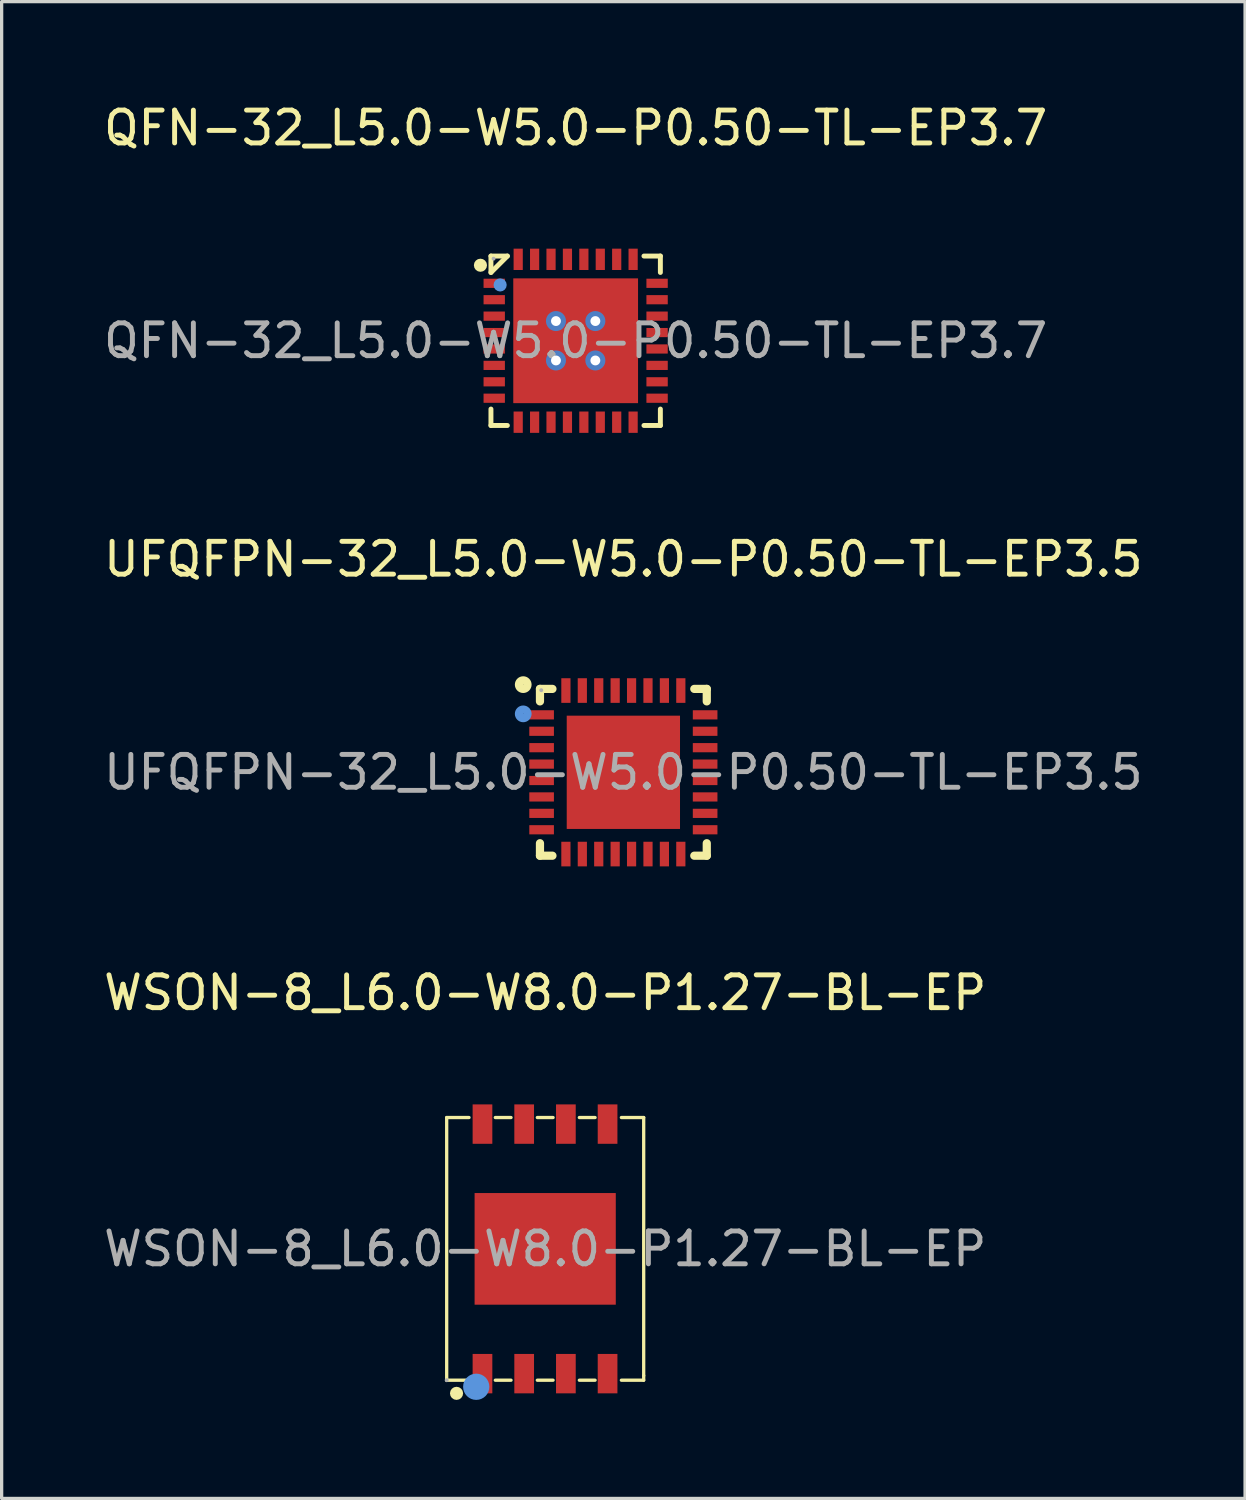
<source format=kicad_pcb>
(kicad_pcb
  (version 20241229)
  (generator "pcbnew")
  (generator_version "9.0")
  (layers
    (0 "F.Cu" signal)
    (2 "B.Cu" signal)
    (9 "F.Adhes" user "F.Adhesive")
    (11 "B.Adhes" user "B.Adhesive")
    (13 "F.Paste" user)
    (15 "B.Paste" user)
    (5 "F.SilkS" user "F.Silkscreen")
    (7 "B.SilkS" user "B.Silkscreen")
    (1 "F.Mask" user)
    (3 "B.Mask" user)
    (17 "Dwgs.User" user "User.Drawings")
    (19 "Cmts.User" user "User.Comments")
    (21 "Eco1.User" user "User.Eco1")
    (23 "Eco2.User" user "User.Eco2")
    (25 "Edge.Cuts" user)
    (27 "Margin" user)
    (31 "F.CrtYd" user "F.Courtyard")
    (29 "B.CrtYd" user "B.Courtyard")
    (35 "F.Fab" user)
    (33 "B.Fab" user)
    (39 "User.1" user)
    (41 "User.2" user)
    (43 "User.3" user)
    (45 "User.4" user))
  (footprint "UFQFPN-32_L5.0-W5.0-P0.50-TL-EP3.5"
    (layer "F.Cu")
    (at 15.935 20.471)
    (property "Reference" "UFQFPN-32_L5.0-W5.0-P0.50-TL-EP3.5" (at 0 -6.49 0) (layer "F.SilkS") (effects (font (size 1 1) (thickness 0.15))))
    (attr smd)
    (fp_line (start -2.54 -2.54) (end -2.16 -2.54) (stroke (width 0.25) (type solid)) (layer "F.SilkS"))
    (fp_line (start -2.54 -2.16) (end -2.54 -2.54) (stroke (width 0.25) (type solid)) (layer "F.SilkS"))
    (fp_line (start -2.54 2.54) (end -2.54 2.16) (stroke (width 0.25) (type solid)) (layer "F.SilkS"))
    (fp_line (start -2.16 2.54) (end -2.54 2.54) (stroke (width 0.25) (type solid)) (layer "F.SilkS"))
    (fp_line (start 2.16 -2.54) (end 2.54 -2.54) (stroke (width 0.25) (type solid)) (layer "F.SilkS"))
    (fp_line (start 2.54 -2.54) (end 2.54 -2.16) (stroke (width 0.25) (type solid)) (layer "F.SilkS"))
    (fp_line (start 2.54 2.16) (end 2.54 2.54) (stroke (width 0.25) (type solid)) (layer "F.SilkS"))
    (fp_line (start 2.54 2.54) (end 2.16 2.54) (stroke (width 0.25) (type solid)) (layer "F.SilkS"))
    (fp_circle (center -3.05 -2.67) (end -2.92 -2.67) (stroke (width 0.25) (type solid)) (fill no) (layer "F.SilkS"))
    (fp_circle (center -3.05 -1.78) (end -2.92 -1.78) (stroke (width 0.25) (type solid)) (fill no) (layer "Cmts.User"))
    (fp_circle (center -2.5 -2.5) (end -2.47 -2.5) (stroke (width 0.06) (type solid)) (fill no) (layer "F.Fab"))
    (fp_text user "${REFERENCE}" (at 0 0 0) (layer "F.Fab") (effects (font (size 1 1) (thickness 0.15))))
    (pad "1" smd rect (at -2.49 -1.75) (size 0.75 0.28) (layers "F.Cu" "F.Mask" "F.Paste"))
    (pad "2" smd rect (at -2.49 -1.25) (size 0.75 0.28) (layers "F.Cu" "F.Mask" "F.Paste"))
    (pad "3" smd rect (at -2.49 -0.75) (size 0.75 0.28) (layers "F.Cu" "F.Mask" "F.Paste"))
    (pad "4" smd rect (at -2.49 -0.25) (size 0.75 0.28) (layers "F.Cu" "F.Mask" "F.Paste"))
    (pad "5" smd rect (at -2.49 0.25) (size 0.75 0.28) (layers "F.Cu" "F.Mask" "F.Paste"))
    (pad "6" smd rect (at -2.49 0.75) (size 0.75 0.28) (layers "F.Cu" "F.Mask" "F.Paste"))
    (pad "7" smd rect (at -2.49 1.25) (size 0.75 0.28) (layers "F.Cu" "F.Mask" "F.Paste"))
    (pad "8" smd rect (at -2.49 1.75) (size 0.75 0.28) (layers "F.Cu" "F.Mask" "F.Paste"))
    (pad "9" smd rect (at -1.75 2.49) (size 0.28 0.75) (layers "F.Cu" "F.Mask" "F.Paste"))
    (pad "10" smd rect (at -1.25 2.49) (size 0.28 0.75) (layers "F.Cu" "F.Mask" "F.Paste"))
    (pad "11" smd rect (at -0.75 2.49) (size 0.28 0.75) (layers "F.Cu" "F.Mask" "F.Paste"))
    (pad "12" smd rect (at -0.25 2.49) (size 0.28 0.75) (layers "F.Cu" "F.Mask" "F.Paste"))
    (pad "13" smd rect (at 0.25 2.49) (size 0.28 0.75) (layers "F.Cu" "F.Mask" "F.Paste"))
    (pad "14" smd rect (at 0.75 2.49) (size 0.28 0.75) (layers "F.Cu" "F.Mask" "F.Paste"))
    (pad "15" smd rect (at 1.25 2.49) (size 0.28 0.75) (layers "F.Cu" "F.Mask" "F.Paste"))
    (pad "16" smd rect (at 1.75 2.49) (size 0.28 0.75) (layers "F.Cu" "F.Mask" "F.Paste"))
    (pad "17" smd rect (at 2.49 1.75) (size 0.75 0.28) (layers "F.Cu" "F.Mask" "F.Paste"))
    (pad "18" smd rect (at 2.49 1.25) (size 0.75 0.28) (layers "F.Cu" "F.Mask" "F.Paste"))
    (pad "19" smd rect (at 2.49 0.75) (size 0.75 0.28) (layers "F.Cu" "F.Mask" "F.Paste"))
    (pad "20" smd rect (at 2.49 0.25) (size 0.75 0.28) (layers "F.Cu" "F.Mask" "F.Paste"))
    (pad "21" smd rect (at 2.49 -0.25) (size 0.75 0.28) (layers "F.Cu" "F.Mask" "F.Paste"))
    (pad "22" smd rect (at 2.49 -0.75) (size 0.75 0.28) (layers "F.Cu" "F.Mask" "F.Paste"))
    (pad "23" smd rect (at 2.49 -1.25) (size 0.75 0.28) (layers "F.Cu" "F.Mask" "F.Paste"))
    (pad "24" smd rect (at 2.49 -1.75) (size 0.75 0.28) (layers "F.Cu" "F.Mask" "F.Paste"))
    (pad "25" smd rect (at 1.75 -2.49) (size 0.28 0.75) (layers "F.Cu" "F.Mask" "F.Paste"))
    (pad "26" smd rect (at 1.25 -2.49) (size 0.28 0.75) (layers "F.Cu" "F.Mask" "F.Paste"))
    (pad "27" smd rect (at 0.75 -2.49) (size 0.28 0.75) (layers "F.Cu" "F.Mask" "F.Paste"))
    (pad "28" smd rect (at 0.25 -2.49) (size 0.28 0.75) (layers "F.Cu" "F.Mask" "F.Paste"))
    (pad "29" smd rect (at -0.25 -2.49) (size 0.28 0.75) (layers "F.Cu" "F.Mask" "F.Paste"))
    (pad "30" smd rect (at -0.75 -2.49) (size 0.28 0.75) (layers "F.Cu" "F.Mask" "F.Paste"))
    (pad "31" smd rect (at -1.25 -2.49) (size 0.28 0.75) (layers "F.Cu" "F.Mask" "F.Paste"))
    (pad "32" smd rect (at -1.75 -2.49) (size 0.28 0.75) (layers "F.Cu" "F.Mask" "F.Paste"))
    (pad "33" smd rect (at 0 0) (size 3.45 3.45) (layers "F.Cu" "F.Mask" "F.Paste")))
  (footprint "QFN-32_L5.0-W5.0-P0.50-TL-EP3.7"
    (layer "F.Cu")
    (at 14.482 7.328)
    (property "Reference" "QFN-32_L5.0-W5.0-P0.50-TL-EP3.7" (at 0 -6.48 0) (layer "F.SilkS") (effects (font (size 1 1) (thickness 0.15))))
    (attr smd)
    (fp_line (start -2.58 -2.58) (end -2.58 -2.08) (stroke (width 0.15) (type solid)) (layer "F.SilkS"))
    (fp_line (start -2.58 2.58) (end -2.58 2.08) (stroke (width 0.15) (type solid)) (layer "F.SilkS"))
    (fp_line (start -2.08 -2.58) (end -2.58 -2.58) (stroke (width 0.15) (type solid)) (layer "F.SilkS"))
    (fp_line (start -2.08 -2.58) (end -2.58 -2.08) (stroke (width 0.15) (type solid)) (layer "F.SilkS"))
    (fp_line (start -2.08 2.58) (end -2.58 2.58) (stroke (width 0.15) (type solid)) (layer "F.SilkS"))
    (fp_line (start 2.08 -2.58) (end 2.58 -2.58) (stroke (width 0.15) (type solid)) (layer "F.SilkS"))
    (fp_line (start 2.08 2.58) (end 2.58 2.58) (stroke (width 0.15) (type solid)) (layer "F.SilkS"))
    (fp_line (start 2.58 -2.58) (end 2.58 -2.08) (stroke (width 0.15) (type solid)) (layer "F.SilkS"))
    (fp_line (start 2.58 2.58) (end 2.58 2.08) (stroke (width 0.15) (type solid)) (layer "F.SilkS"))
    (fp_circle (center -2.9 -2.3) (end -2.8 -2.3) (stroke (width 0.2) (type solid)) (fill no) (layer "F.SilkS"))
    (fp_circle (center -2.3 -1.7) (end -2.2 -1.7) (stroke (width 0.2) (type solid)) (fill no) (layer "Cmts.User"))
    (fp_circle (center -2.5 -2.5) (end -2.47 -2.5) (stroke (width 0.06) (type solid)) (fill no) (layer "F.Fab"))
    (fp_text user "${REFERENCE}" (at 0 0 0) (layer "F.Fab") (effects (font (size 1 1) (thickness 0.15))))
    (pad "" thru_hole circle (at -0.6 -0.6) (size 0.61 0.61) (drill 0.3) (layers "*.Cu" "*.Paste" "*.Mask"))
    (pad "" thru_hole circle (at -0.6 0.6) (size 0.61 0.61) (drill 0.3) (layers "*.Cu" "*.Paste" "*.Mask"))
    (pad "" thru_hole circle (at 0.6 -0.6) (size 0.61 0.61) (drill 0.3) (layers "*.Cu" "*.Paste" "*.Mask"))
    (pad "" thru_hole circle (at 0.6 0.6) (size 0.61 0.61) (drill 0.3) (layers "*.Cu" "*.Paste" "*.Mask"))
    (pad "1" smd rect (at -2.48 -1.75) (size 0.65 0.28) (layers "F.Cu" "F.Mask" "F.Paste"))
    (pad "2" smd rect (at -2.48 -1.25) (size 0.65 0.28) (layers "F.Cu" "F.Mask" "F.Paste"))
    (pad "3" smd rect (at -2.48 -0.75) (size 0.65 0.28) (layers "F.Cu" "F.Mask" "F.Paste"))
    (pad "4" smd rect (at -2.48 -0.25) (size 0.65 0.28) (layers "F.Cu" "F.Mask" "F.Paste"))
    (pad "5" smd rect (at -2.48 0.25) (size 0.65 0.28) (layers "F.Cu" "F.Mask" "F.Paste"))
    (pad "6" smd rect (at -2.48 0.75) (size 0.65 0.28) (layers "F.Cu" "F.Mask" "F.Paste"))
    (pad "7" smd rect (at -2.48 1.25) (size 0.65 0.28) (layers "F.Cu" "F.Mask" "F.Paste"))
    (pad "8" smd rect (at -2.48 1.75) (size 0.65 0.28) (layers "F.Cu" "F.Mask" "F.Paste"))
    (pad "9" smd rect (at -1.75 2.48) (size 0.28 0.65) (layers "F.Cu" "F.Mask" "F.Paste"))
    (pad "10" smd rect (at -1.25 2.48) (size 0.28 0.65) (layers "F.Cu" "F.Mask" "F.Paste"))
    (pad "11" smd rect (at -0.75 2.48) (size 0.28 0.65) (layers "F.Cu" "F.Mask" "F.Paste"))
    (pad "12" smd rect (at -0.25 2.48) (size 0.28 0.65) (layers "F.Cu" "F.Mask" "F.Paste"))
    (pad "13" smd rect (at 0.25 2.48) (size 0.28 0.65) (layers "F.Cu" "F.Mask" "F.Paste"))
    (pad "14" smd rect (at 0.75 2.48) (size 0.28 0.65) (layers "F.Cu" "F.Mask" "F.Paste"))
    (pad "15" smd rect (at 1.25 2.48) (size 0.28 0.65) (layers "F.Cu" "F.Mask" "F.Paste"))
    (pad "16" smd rect (at 1.75 2.48) (size 0.28 0.65) (layers "F.Cu" "F.Mask" "F.Paste"))
    (pad "17" smd rect (at 2.48 1.75) (size 0.65 0.28) (layers "F.Cu" "F.Mask" "F.Paste"))
    (pad "18" smd rect (at 2.48 1.25) (size 0.65 0.28) (layers "F.Cu" "F.Mask" "F.Paste"))
    (pad "19" smd rect (at 2.48 0.75) (size 0.65 0.28) (layers "F.Cu" "F.Mask" "F.Paste"))
    (pad "20" smd rect (at 2.48 0.25) (size 0.65 0.28) (layers "F.Cu" "F.Mask" "F.Paste"))
    (pad "21" smd rect (at 2.48 -0.25) (size 0.65 0.28) (layers "F.Cu" "F.Mask" "F.Paste"))
    (pad "22" smd rect (at 2.48 -0.75) (size 0.65 0.28) (layers "F.Cu" "F.Mask" "F.Paste"))
    (pad "23" smd rect (at 2.48 -1.25) (size 0.65 0.28) (layers "F.Cu" "F.Mask" "F.Paste"))
    (pad "24" smd rect (at 2.48 -1.75) (size 0.65 0.28) (layers "F.Cu" "F.Mask" "F.Paste"))
    (pad "25" smd rect (at 1.75 -2.48) (size 0.28 0.65) (layers "F.Cu" "F.Mask" "F.Paste"))
    (pad "26" smd rect (at 1.25 -2.48) (size 0.28 0.65) (layers "F.Cu" "F.Mask" "F.Paste"))
    (pad "27" smd rect (at 0.75 -2.48) (size 0.28 0.65) (layers "F.Cu" "F.Mask" "F.Paste"))
    (pad "28" smd rect (at 0.25 -2.48) (size 0.28 0.65) (layers "F.Cu" "F.Mask" "F.Paste"))
    (pad "29" smd rect (at -0.25 -2.48) (size 0.28 0.65) (layers "F.Cu" "F.Mask" "F.Paste"))
    (pad "30" smd rect (at -0.75 -2.48) (size 0.28 0.65) (layers "F.Cu" "F.Mask" "F.Paste"))
    (pad "31" smd rect (at -1.25 -2.48) (size 0.28 0.65) (layers "F.Cu" "F.Mask" "F.Paste"))
    (pad "32" smd rect (at -1.75 -2.48) (size 0.28 0.65) (layers "F.Cu" "F.Mask" "F.Paste"))
    (pad "33" smd rect (at 0 0) (size 3.8 3.8) (layers "F.Cu" "F.Mask" "F.Paste")))
  (footprint "WSON-8_L6.0-W8.0-P1.27-BL-EP"
    (layer "F.Cu")
    (at 13.554 34.985)
    (property "Reference" "WSON-8_L6.0-W8.0-P1.27-BL-EP" (at 0 -7.8 0) (layer "F.SilkS") (effects (font (size 1 1) (thickness 0.15))))
    (attr smd)
    (fp_line (start -3 -4) (end -3 4) (stroke (width 0.1) (type solid)) (layer "F.SilkS"))
    (fp_line (start -3 -4) (end -2.32 -4) (stroke (width 0.1) (type solid)) (layer "F.SilkS"))
    (fp_line (start -3 4) (end -2.32 4) (stroke (width 0.1) (type solid)) (layer "F.SilkS"))
    (fp_line (start -1.52 -4) (end -1.04 -4) (stroke (width 0.1) (type solid)) (layer "F.SilkS"))
    (fp_line (start -1.52 4) (end -1.04 4) (stroke (width 0.1) (type solid)) (layer "F.SilkS"))
    (fp_line (start -0.24 -4) (end 0.24 -4) (stroke (width 0.1) (type solid)) (layer "F.SilkS"))
    (fp_line (start -0.24 4) (end 0.24 4) (stroke (width 0.1) (type solid)) (layer "F.SilkS"))
    (fp_line (start 1.04 -4) (end 1.52 -4) (stroke (width 0.1) (type solid)) (layer "F.SilkS"))
    (fp_line (start 1.04 4) (end 1.52 4) (stroke (width 0.1) (type solid)) (layer "F.SilkS"))
    (fp_line (start 2.32 -4) (end 3 -4) (stroke (width 0.1) (type solid)) (layer "F.SilkS"))
    (fp_line (start 2.32 4) (end 3 4) (stroke (width 0.1) (type solid)) (layer "F.SilkS"))
    (fp_line (start 3 -4) (end 3 3.86) (stroke (width 0.1) (type solid)) (layer "F.SilkS"))
    (fp_line (start 3 3.86) (end 3 4) (stroke (width 0.1) (type solid)) (layer "F.SilkS"))
    (fp_circle (center -2.7 4.4) (end -2.6 4.4) (stroke (width 0.2) (type solid)) (fill no) (layer "F.SilkS"))
    (fp_circle (center -2.1 4.2) (end -1.9 4.2) (stroke (width 0.4) (type solid)) (fill no) (layer "Cmts.User"))
    (fp_circle (center -3 4) (end -2.97 4) (stroke (width 0.06) (type solid)) (fill no) (layer "F.Fab"))
    (fp_text user "${REFERENCE}" (at 0 0 0) (layer "F.Fab") (effects (font (size 1 1) (thickness 0.15))))
    (pad "1" smd rect (at -1.91 3.8) (size 0.6 1.2) (layers "F.Cu" "F.Mask" "F.Paste"))
    (pad "2" smd rect (at -0.64 3.8) (size 0.6 1.2) (layers "F.Cu" "F.Mask" "F.Paste"))
    (pad "3" smd rect (at 0.63 3.8) (size 0.6 1.2) (layers "F.Cu" "F.Mask" "F.Paste"))
    (pad "4" smd rect (at 1.9 3.8) (size 0.6 1.2) (layers "F.Cu" "F.Mask" "F.Paste"))
    (pad "5" smd rect (at 1.9 -3.8) (size 0.6 1.2) (layers "F.Cu" "F.Mask" "F.Paste"))
    (pad "6" smd rect (at 0.63 -3.8) (size 0.6 1.2) (layers "F.Cu" "F.Mask" "F.Paste"))
    (pad "7" smd rect (at -0.64 -3.8) (size 0.6 1.2) (layers "F.Cu" "F.Mask" "F.Paste"))
    (pad "8" smd rect (at -1.91 -3.8) (size 0.6 1.2) (layers "F.Cu" "F.Mask" "F.Paste"))
    (pad "9" smd rect (at 0 0 90) (size 3.4 4.3) (layers "F.Cu" "F.Mask" "F.Paste")))
  (gr_rect
    (start -3 -3)
    (end 34.869 42.585)
    (stroke (width 0.1) (type default))
    (fill no)
    (layer "Edge.Cuts")))
</source>
